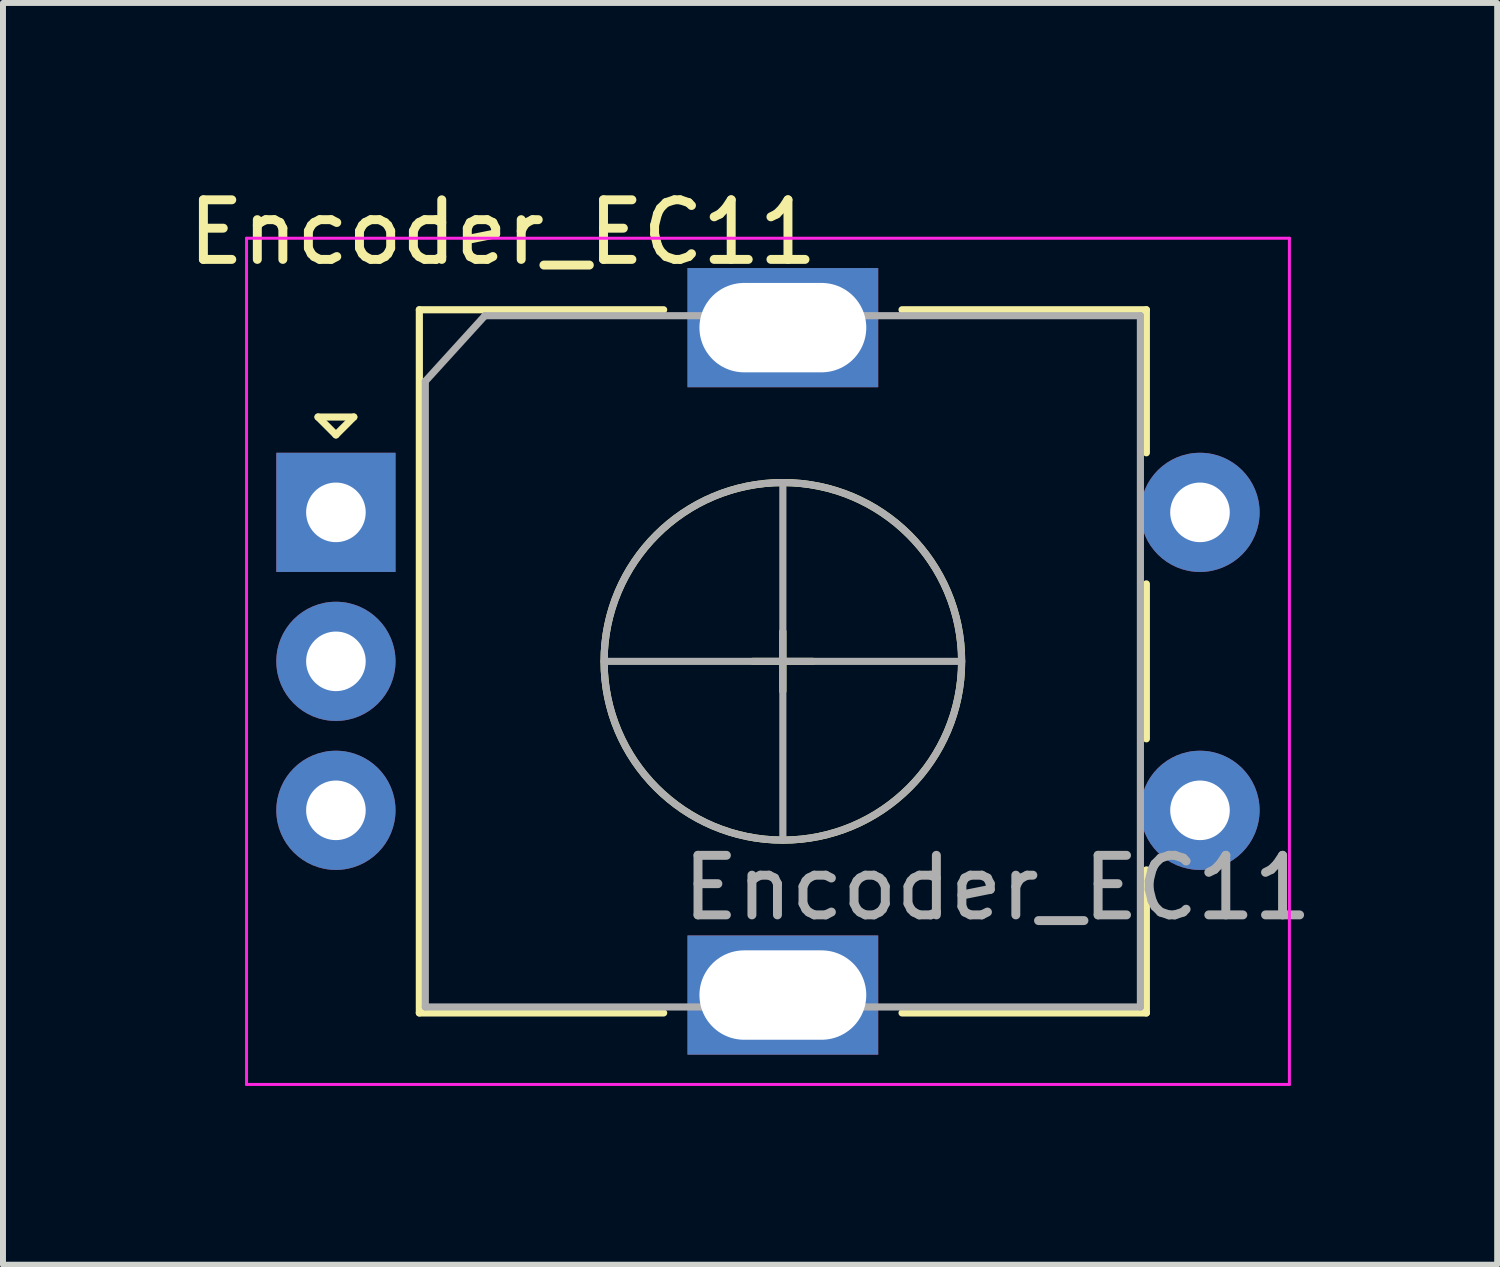
<source format=kicad_pcb>
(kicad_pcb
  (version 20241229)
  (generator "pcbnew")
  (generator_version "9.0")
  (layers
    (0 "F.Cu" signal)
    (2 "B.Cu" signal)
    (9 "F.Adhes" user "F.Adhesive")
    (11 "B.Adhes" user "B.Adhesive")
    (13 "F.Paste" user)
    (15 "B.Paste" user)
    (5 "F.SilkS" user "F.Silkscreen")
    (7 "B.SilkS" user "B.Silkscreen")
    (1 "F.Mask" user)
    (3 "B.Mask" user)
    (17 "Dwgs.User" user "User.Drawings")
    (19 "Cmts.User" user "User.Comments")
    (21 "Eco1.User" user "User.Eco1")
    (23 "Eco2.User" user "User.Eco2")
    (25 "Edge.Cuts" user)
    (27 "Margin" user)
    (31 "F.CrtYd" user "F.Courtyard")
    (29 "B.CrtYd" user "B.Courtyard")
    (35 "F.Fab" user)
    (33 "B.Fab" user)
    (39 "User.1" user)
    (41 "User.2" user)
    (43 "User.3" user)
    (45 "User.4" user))
  (footprint "Encoder_EC11"
    (layer "F.Cu")
    (at 10.087 8.048)
    (property "Reference" "Encoder_EC11" (at -4.7 -7.2 0) (layer "F.SilkS") (effects (font (size 1 1) (thickness 0.15))))
    (attr through_hole)
    (fp_line (start -7.8 -4.1) (end -7.2 -4.1) (stroke (width 0.12) (type solid)) (layer "F.SilkS"))
    (fp_line (start -7.5 -3.8) (end -7.8 -4.1) (stroke (width 0.12) (type solid)) (layer "F.SilkS"))
    (fp_line (start -7.2 -4.1) (end -7.5 -3.8) (stroke (width 0.12) (type solid)) (layer "F.SilkS"))
    (fp_line (start -6.1 -5.9) (end -6.1 5.9) (stroke (width 0.12) (type solid)) (layer "F.SilkS"))
    (fp_line (start -2 -5.9) (end -6.1 -5.9) (stroke (width 0.12) (type solid)) (layer "F.SilkS"))
    (fp_line (start -2 5.9) (end -6.1 5.9) (stroke (width 0.12) (type solid)) (layer "F.SilkS"))
    (fp_line (start -0.5 0) (end 0.5 0) (stroke (width 0.12) (type solid)) (layer "F.SilkS"))
    (fp_line (start 0 -0.5) (end 0 0.5) (stroke (width 0.12) (type solid)) (layer "F.SilkS"))
    (fp_line (start 2 -5.9) (end 6.1 -5.9) (stroke (width 0.12) (type solid)) (layer "F.SilkS"))
    (fp_line (start 6.1 -5.9) (end 6.1 -3.5) (stroke (width 0.12) (type solid)) (layer "F.SilkS"))
    (fp_line (start 6.1 -1.3) (end 6.1 1.3) (stroke (width 0.12) (type solid)) (layer "F.SilkS"))
    (fp_line (start 6.1 3.5) (end 6.1 5.9) (stroke (width 0.12) (type solid)) (layer "F.SilkS"))
    (fp_line (start 6.1 5.9) (end 2 5.9) (stroke (width 0.12) (type solid)) (layer "F.SilkS"))
    (fp_circle (center 0 0) (end 3 0) (stroke (width 0.12) (type solid)) (fill no) (layer "F.SilkS"))
    (fp_line (start -9 -7.1) (end -9 7.1) (stroke (width 0.05) (type solid)) (layer "F.CrtYd"))
    (fp_line (start -9 -7.1) (end 8.5 -7.1) (stroke (width 0.05) (type solid)) (layer "F.CrtYd"))
    (fp_line (start 8.5 7.1) (end -9 7.1) (stroke (width 0.05) (type solid)) (layer "F.CrtYd"))
    (fp_line (start 8.5 7.1) (end 8.5 -7.1) (stroke (width 0.05) (type solid)) (layer "F.CrtYd"))
    (fp_line (start -6 -4.7) (end -5 -5.8) (stroke (width 0.12) (type solid)) (layer "F.Fab"))
    (fp_line (start -6 5.8) (end -6 -4.7) (stroke (width 0.12) (type solid)) (layer "F.Fab"))
    (fp_line (start -5 -5.8) (end 6 -5.8) (stroke (width 0.12) (type solid)) (layer "F.Fab"))
    (fp_line (start -3 0) (end 3 0) (stroke (width 0.12) (type solid)) (layer "F.Fab"))
    (fp_line (start 0 -3) (end 0 3) (stroke (width 0.12) (type solid)) (layer "F.Fab"))
    (fp_line (start 6 -5.8) (end 6 5.8) (stroke (width 0.12) (type solid)) (layer "F.Fab"))
    (fp_line (start 6 5.8) (end -6 5.8) (stroke (width 0.12) (type solid)) (layer "F.Fab"))
    (fp_circle (center 0 0) (end 3 0) (stroke (width 0.12) (type solid)) (fill no) (layer "F.Fab"))
    (fp_text user "${REFERENCE}" (at 3.6 3.8 0) (layer "F.Fab") (effects (font (size 1 1) (thickness 0.15))))
    (pad "A" thru_hole rect (at -7.5 -2.5) (size 2 2) (drill 1) (layers "*.Cu" "*.Mask"))
    (pad "B" thru_hole circle (at -7.5 2.5) (size 2 2) (drill 1) (layers "*.Cu" "*.Mask"))
    (pad "C" thru_hole circle (at -7.5 0) (size 2 2) (drill 1) (layers "*.Cu" "*.Mask"))
    (pad "MP" thru_hole rect (at 0 -5.6) (size 3.2 2) (drill oval 2.8 1.5) (layers "*.Cu" "*.Mask"))
    (pad "MP" thru_hole rect (at 0 5.6) (size 3.2 2) (drill oval 2.8 1.5) (layers "*.Cu" "*.Mask"))
    (pad "S1" thru_hole circle (at 7 2.5) (size 2 2) (drill 1) (layers "*.Cu" "*.Mask"))
    (pad "S2" thru_hole circle (at 7 -2.5) (size 2 2) (drill 1) (layers "*.Cu" "*.Mask")))
  (gr_rect
    (start -3 -3)
    (end 22.074 18.173)
    (stroke (width 0.1) (type default))
    (fill no)
    (layer "Edge.Cuts")))
</source>
